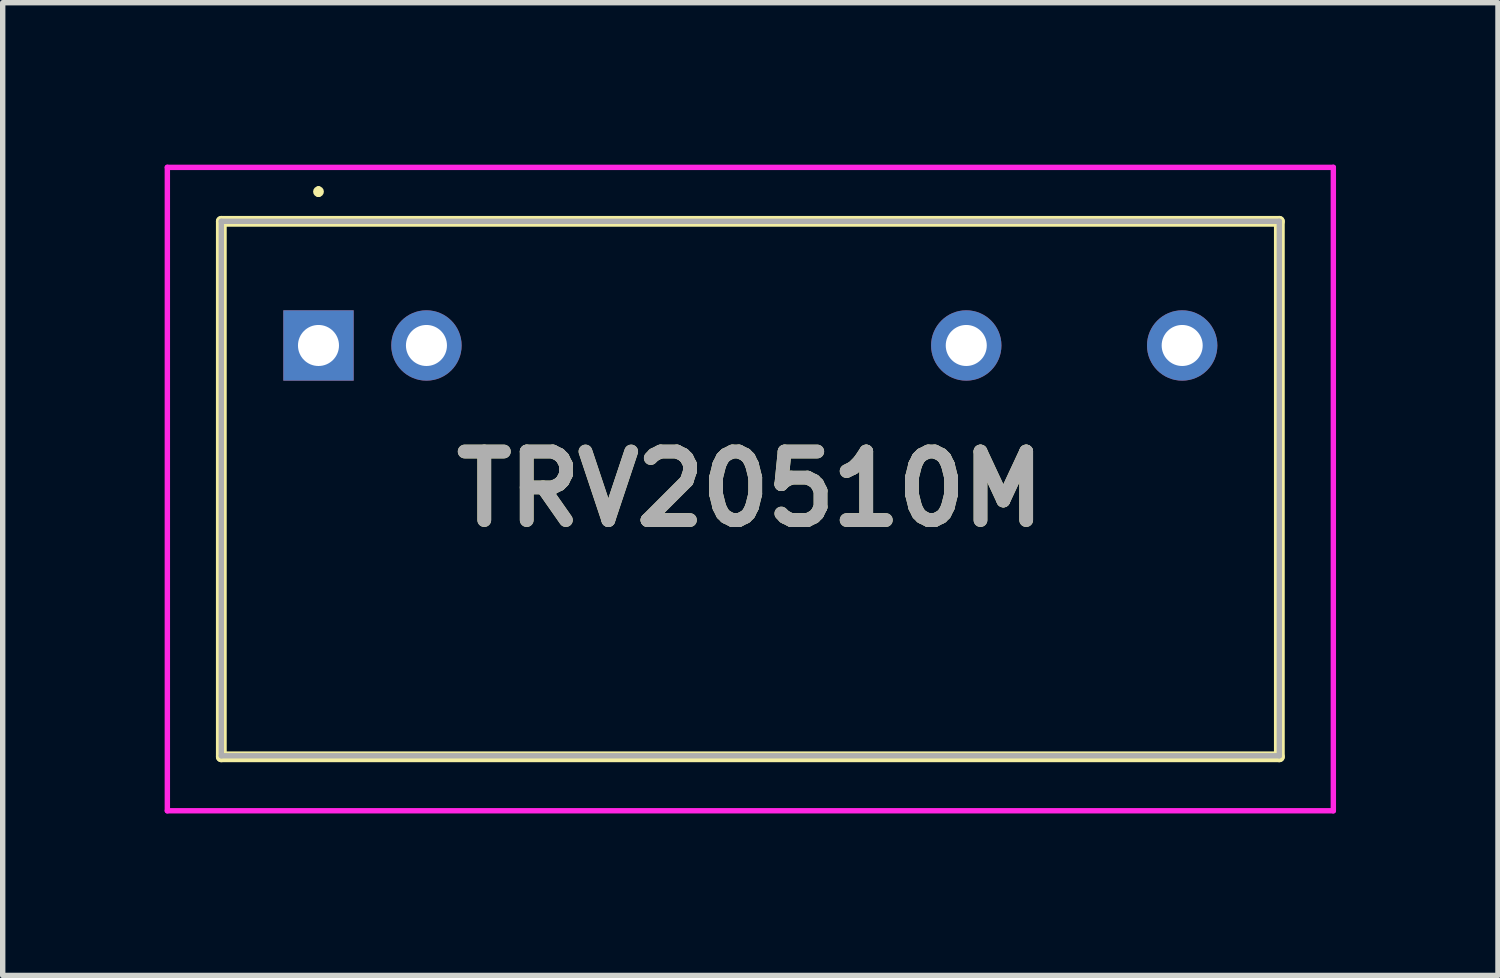
<source format=kicad_pcb>
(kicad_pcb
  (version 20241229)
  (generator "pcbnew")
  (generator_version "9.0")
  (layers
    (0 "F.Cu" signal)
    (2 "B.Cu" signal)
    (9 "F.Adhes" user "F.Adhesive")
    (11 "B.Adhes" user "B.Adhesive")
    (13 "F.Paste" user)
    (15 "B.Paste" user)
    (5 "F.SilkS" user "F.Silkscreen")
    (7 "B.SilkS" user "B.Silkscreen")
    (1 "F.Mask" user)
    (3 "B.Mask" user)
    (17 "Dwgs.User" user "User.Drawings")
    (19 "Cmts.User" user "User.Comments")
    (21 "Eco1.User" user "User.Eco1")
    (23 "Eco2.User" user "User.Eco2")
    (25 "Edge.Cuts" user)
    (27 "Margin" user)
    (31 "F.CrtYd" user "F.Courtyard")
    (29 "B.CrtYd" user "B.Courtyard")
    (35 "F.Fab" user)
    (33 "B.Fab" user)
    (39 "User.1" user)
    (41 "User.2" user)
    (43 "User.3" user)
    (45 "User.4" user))
  (footprint "TRV20510M"
    (layer "F.Cu")
    (at 2.85 3.35)
    (property "Reference" "TRV20510M" (at 8 2.66 0) (layer "F.SilkS") (effects (font (size 1.27 1.27) (thickness 0.254))))
    (attr through_hole)
    (fp_line (start -1.8 -2.3) (end -1.8 7.62) (stroke (width 0.2) (type solid)) (layer "F.SilkS"))
    (fp_line (start -1.8 7.62) (end 17.8 7.62) (stroke (width 0.2) (type solid)) (layer "F.SilkS"))
    (fp_line (start 0 -2.9) (end 0 -2.9) (stroke (width 0.1) (type solid)) (layer "F.SilkS"))
    (fp_line (start 0 -2.8) (end 0 -2.8) (stroke (width 0.1) (type solid)) (layer "F.SilkS"))
    (fp_line (start 17.8 -2.3) (end -1.8 -2.3) (stroke (width 0.2) (type solid)) (layer "F.SilkS"))
    (fp_line (start 17.8 7.62) (end 17.8 -2.3) (stroke (width 0.2) (type solid)) (layer "F.SilkS"))
    (fp_arc (start 0 -2.9) (mid 0.05 -2.85) (end 0 -2.8) (stroke (width 0.1) (type solid)) (layer "F.SilkS"))
    (fp_arc (start 0 -2.8) (mid -0.05 -2.85) (end 0 -2.9) (stroke (width 0.1) (type solid)) (layer "F.SilkS"))
    (fp_line (start -2.8 -3.3) (end -2.8 8.62) (stroke (width 0.1) (type solid)) (layer "F.CrtYd"))
    (fp_line (start -2.8 8.62) (end 18.8 8.62) (stroke (width 0.1) (type solid)) (layer "F.CrtYd"))
    (fp_line (start 18.8 -3.3) (end -2.8 -3.3) (stroke (width 0.1) (type solid)) (layer "F.CrtYd"))
    (fp_line (start 18.8 8.62) (end 18.8 -3.3) (stroke (width 0.1) (type solid)) (layer "F.CrtYd"))
    (fp_line (start -1.8 -2.3) (end 17.8 -2.3) (stroke (width 0.1) (type solid)) (layer "F.Fab"))
    (fp_line (start -1.8 7.6) (end -1.8 -2.3) (stroke (width 0.1) (type solid)) (layer "F.Fab"))
    (fp_line (start 17.8 -2.3) (end 17.8 7.6) (stroke (width 0.1) (type solid)) (layer "F.Fab"))
    (fp_line (start 17.8 7.6) (end -1.8 7.6) (stroke (width 0.1) (type solid)) (layer "F.Fab"))
    (fp_text user "${REFERENCE}" (at 8 2.66 0) (layer "F.Fab") (effects (font (size 1.27 1.27) (thickness 0.254))))
    (pad "1" thru_hole rect (at 0 0) (size 1.303 1.303) (drill 0.76) (layers "*.Cu" "*.Mask"))
    (pad "2" thru_hole circle (at 2 0) (size 1.303 1.303) (drill 0.76) (layers "*.Cu" "*.Mask"))
    (pad "7" thru_hole circle (at 12 0) (size 1.303 1.303) (drill 0.76) (layers "*.Cu" "*.Mask"))
    (pad "9" thru_hole circle (at 16 0) (size 1.303 1.303) (drill 0.76) (layers "*.Cu" "*.Mask")))
  (gr_rect
    (start -3 -3)
    (end 24.7 15.02)
    (stroke (width 0.1) (type default))
    (fill no)
    (layer "Edge.Cuts")))
</source>
